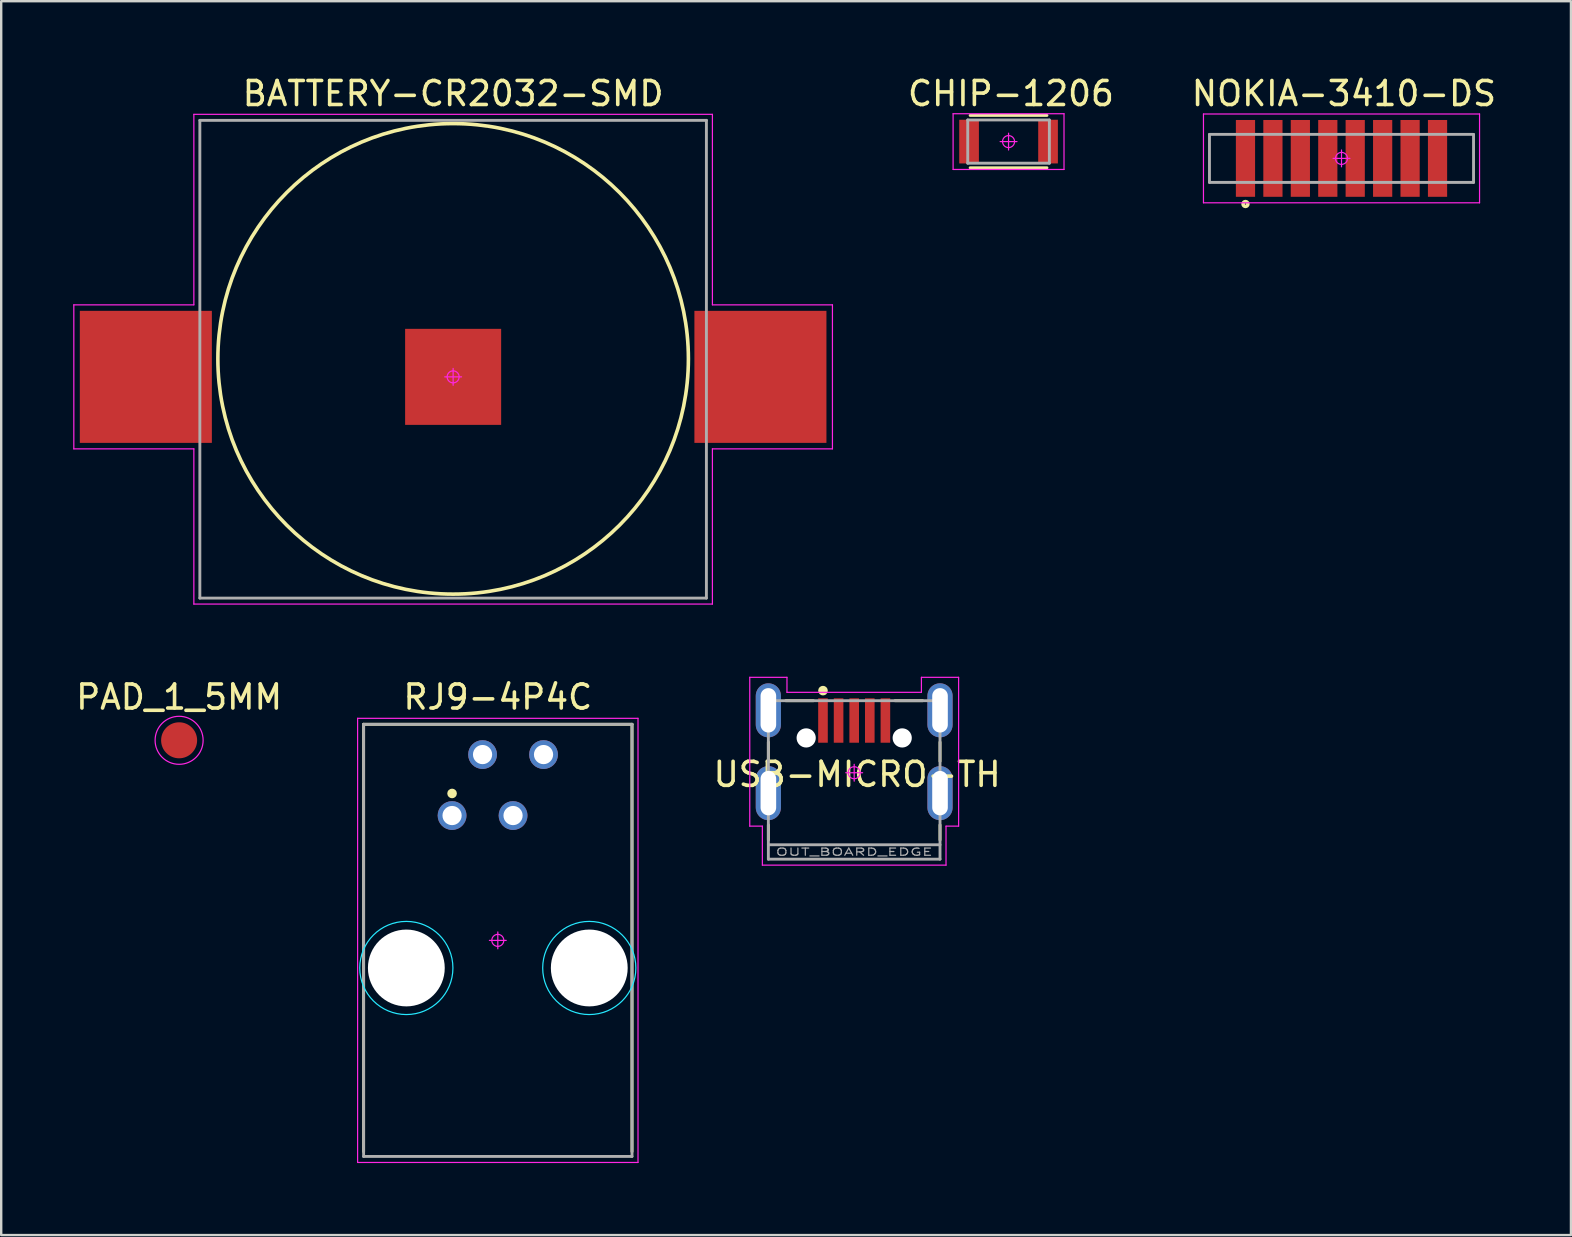
<source format=kicad_pcb>
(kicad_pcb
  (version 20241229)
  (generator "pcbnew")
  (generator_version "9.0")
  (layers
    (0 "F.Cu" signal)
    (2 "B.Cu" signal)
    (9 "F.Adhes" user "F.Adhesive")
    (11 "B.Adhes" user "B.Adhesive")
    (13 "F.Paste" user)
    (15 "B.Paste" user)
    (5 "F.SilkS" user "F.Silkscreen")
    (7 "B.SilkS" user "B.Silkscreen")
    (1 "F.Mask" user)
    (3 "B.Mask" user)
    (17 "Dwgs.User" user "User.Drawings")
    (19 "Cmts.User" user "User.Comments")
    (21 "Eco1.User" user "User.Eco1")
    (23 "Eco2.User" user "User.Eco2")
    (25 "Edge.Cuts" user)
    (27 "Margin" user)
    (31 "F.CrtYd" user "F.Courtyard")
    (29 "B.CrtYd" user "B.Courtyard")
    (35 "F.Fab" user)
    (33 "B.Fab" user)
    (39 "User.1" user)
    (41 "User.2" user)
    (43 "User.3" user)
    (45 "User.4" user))
  (footprint "RJ9-4P4C"
    (layer "F.Cu")
    (at 17.686 36.121)
    (property "Reference" "RJ9-4P4C" (at 0 -10.135 0) (layer "F.SilkS") (effects (font (size 1 1) (thickness 0.15))))
    (attr through_hole)
    (fp_line (start -5.59 -9) (end 5.59 -9) (stroke (width 0.12) (type solid)) (layer "F.SilkS"))
    (fp_line (start -5.59 8.8) (end -5.59 -9) (stroke (width 0.12) (type solid)) (layer "F.SilkS"))
    (fp_line (start 5.59 -9) (end 5.59 8.8) (stroke (width 0.12) (type solid)) (layer "F.SilkS"))
    (fp_circle (center -1.905 -6.12) (end -1.805 -6.12) (stroke (width 0.2) (type solid)) (fill no) (layer "F.SilkS"))
    (fp_circle (center -3.81 1.15) (end -5.75 1.15) (stroke (width 0.05) (type solid)) (fill no) (layer "B.CrtYd"))
    (fp_circle (center 3.81 1.15) (end 5.75 1.15) (stroke (width 0.05) (type solid)) (fill no) (layer "B.CrtYd"))
    (fp_line (start -5.84 -9.25) (end 5.84 -9.25) (stroke (width 0.05) (type solid)) (layer "F.CrtYd"))
    (fp_line (start -5.84 9.25) (end -5.84 -9.25) (stroke (width 0.05) (type solid)) (layer "F.CrtYd"))
    (fp_line (start -0.35 0) (end 0.35 0) (stroke (width 0.05) (type solid)) (layer "F.CrtYd"))
    (fp_line (start 0 -0.35) (end 0 0.35) (stroke (width 0.05) (type solid)) (layer "F.CrtYd"))
    (fp_line (start 5.84 -9.25) (end 5.84 9.25) (stroke (width 0.05) (type solid)) (layer "F.CrtYd"))
    (fp_line (start 5.84 9.25) (end -5.84 9.25) (stroke (width 0.05) (type solid)) (layer "F.CrtYd"))
    (fp_circle (center 0 0) (end -0.25 0) (stroke (width 0.05) (type solid)) (fill no) (layer "F.CrtYd"))
    (fp_line (start -5.59 -9) (end 5.59 -9) (stroke (width 0.12) (type solid)) (layer "F.Fab"))
    (fp_line (start -5.59 9) (end -5.59 -9) (stroke (width 0.12) (type solid)) (layer "F.Fab"))
    (fp_line (start 5.59 -9) (end 5.59 9) (stroke (width 0.12) (type solid)) (layer "F.Fab"))
    (fp_line (start 5.59 9) (end -5.59 9) (stroke (width 0.12) (type solid)) (layer "F.Fab"))
    (pad "" np_thru_hole circle (at -3.81 1.15) (size 3.2 3.2) (drill 3.2) (layers "*.Cu" "*.Mask"))
    (pad "" np_thru_hole circle (at 3.81 1.15) (size 3.2 3.2) (drill 3.2) (layers "*.Cu" "*.Mask"))
    (pad "1" thru_hole circle (at -1.905 -5.2) (size 1.2 1.2) (drill 0.8) (layers "*.Cu" "*.Mask"))
    (pad "2" thru_hole circle (at -0.635 -7.74) (size 1.2 1.2) (drill 0.8) (layers "*.Cu" "*.Mask"))
    (pad "3" thru_hole circle (at 0.635 -5.2) (size 1.2 1.2) (drill 0.8) (layers "*.Cu" "*.Mask"))
    (pad "4" thru_hole circle (at 1.905 -7.74) (size 1.2 1.2) (drill 0.8) (layers "*.Cu" "*.Mask")))
  (footprint "NOKIA-3410-DS"
    (layer "F.Cu")
    (at 52.83 3.548)
    (property "Reference" "NOKIA-3410-DS" (at 0.1 -2.7 0) (layer "F.SilkS") (effects (font (size 1 1) (thickness 0.15))))
    (attr through_hole)
    (fp_circle (center -4 1.9) (end -3.9 1.9) (stroke (width 0.15) (type solid)) (fill no) (layer "F.SilkS"))
    (fp_line (start -5.75 -1.85) (end -5.75 1.85) (stroke (width 0.05) (type solid)) (layer "F.CrtYd"))
    (fp_line (start -5.75 -1.85) (end 5.75 -1.85) (stroke (width 0.05) (type solid)) (layer "F.CrtYd"))
    (fp_line (start -5.75 1.85) (end 5.75 1.85) (stroke (width 0.05) (type solid)) (layer "F.CrtYd"))
    (fp_line (start 0 -0.35) (end 0 0.35) (stroke (width 0.05) (type solid)) (layer "F.CrtYd"))
    (fp_line (start 0.35 0) (end -0.35 0) (stroke (width 0.05) (type solid)) (layer "F.CrtYd"))
    (fp_line (start 5.75 -1.85) (end 5.75 1.85) (stroke (width 0.05) (type solid)) (layer "F.CrtYd"))
    (fp_circle (center 0 0) (end -0.25 0) (stroke (width 0.05) (type solid)) (fill no) (layer "F.CrtYd"))
    (fp_line (start -5.5 -1) (end -5.5 1) (stroke (width 0.12) (type solid)) (layer "F.Fab"))
    (fp_line (start -5.5 -1) (end 5.5 -1) (stroke (width 0.12) (type solid)) (layer "F.Fab"))
    (fp_line (start -5.5 1) (end 5.5 1) (stroke (width 0.12) (type solid)) (layer "F.Fab"))
    (fp_line (start 5.5 -1) (end 5.5 1) (stroke (width 0.12) (type solid)) (layer "F.Fab"))
    (pad "1" smd rect (at -4 0) (size 0.8 3.2) (layers "F.Cu" "F.Mask" "F.Paste"))
    (pad "2" smd rect (at -2.857 0) (size 0.8 3.2) (layers "F.Cu" "F.Mask" "F.Paste"))
    (pad "3" smd rect (at -1.714 0) (size 0.8 3.2) (layers "F.Cu" "F.Mask" "F.Paste"))
    (pad "4" smd rect (at -0.571 0) (size 0.8 3.2) (layers "F.Cu" "F.Mask" "F.Paste"))
    (pad "5" smd rect (at 0.571 0) (size 0.8 3.2) (layers "F.Cu" "F.Mask" "F.Paste"))
    (pad "6" smd rect (at 1.714 0) (size 0.8 3.2) (layers "F.Cu" "F.Mask" "F.Paste"))
    (pad "7" smd rect (at 2.857 0) (size 0.8 3.2) (layers "F.Cu" "F.Mask" "F.Paste"))
    (pad "8" smd rect (at 4 0) (size 0.8 3.2) (layers "F.Cu" "F.Mask" "F.Paste")))
  (footprint "USB-MICRO-TH"
    (layer "F.Cu")
    (at 32.531 29.138)
    (property "Reference" "USB-MICRO-TH" (at 0.122 0.069 0) (layer "F.SilkS") (effects (font (size 1 1) (thickness 0.15))))
    (attr through_hole)
    (fp_line (start -3.575 -1.275) (end -3.575 -0.475) (stroke (width 0.12) (type solid)) (layer "F.SilkS"))
    (fp_line (start -3.575 2.175) (end -3.575 2.8) (stroke (width 0.12) (type solid)) (layer "F.SilkS"))
    (fp_line (start -1.7 -3) (end -2.85 -3) (stroke (width 0.12) (type solid)) (layer "F.SilkS"))
    (fp_line (start 1.7 -3) (end 2.85 -3) (stroke (width 0.12) (type solid)) (layer "F.SilkS"))
    (fp_line (start 3.575 -1.275) (end 3.575 -0.475) (stroke (width 0.12) (type solid)) (layer "F.SilkS"))
    (fp_line (start 3.575 2.175) (end 3.575 2.8) (stroke (width 0.12) (type solid)) (layer "F.SilkS"))
    (fp_circle (center -1.3 -3.42) (end -1.2 -3.42) (stroke (width 0.2) (type solid)) (fill no) (layer "F.SilkS"))
    (fp_line (start -4.35 -3.975) (end -4.35 2.225) (stroke (width 0.05) (type solid)) (layer "F.CrtYd"))
    (fp_line (start -4.35 2.225) (end -3.825 2.225) (stroke (width 0.05) (type solid)) (layer "F.CrtYd"))
    (fp_line (start -3.825 2.225) (end -3.825 3.85) (stroke (width 0.05) (type solid)) (layer "F.CrtYd"))
    (fp_line (start -2.8 -3.975) (end -4.35 -3.975) (stroke (width 0.05) (type solid)) (layer "F.CrtYd"))
    (fp_line (start -2.8 -3.35) (end -2.8 -3.975) (stroke (width 0.05) (type solid)) (layer "F.CrtYd"))
    (fp_line (start -2.8 -3.35) (end 2.8 -3.35) (stroke (width 0.05) (type solid)) (layer "F.CrtYd"))
    (fp_line (start -0.35 0) (end 0.35 0) (stroke (width 0.05) (type solid)) (layer "F.CrtYd"))
    (fp_line (start 0 -0.35) (end 0 0.35) (stroke (width 0.05) (type solid)) (layer "F.CrtYd"))
    (fp_line (start 2.8 -3.975) (end 4.35 -3.975) (stroke (width 0.05) (type solid)) (layer "F.CrtYd"))
    (fp_line (start 2.8 -3.35) (end 2.8 -3.975) (stroke (width 0.05) (type solid)) (layer "F.CrtYd"))
    (fp_line (start 3.825 2.225) (end 3.825 3.85) (stroke (width 0.05) (type solid)) (layer "F.CrtYd"))
    (fp_line (start 3.825 3.85) (end -3.825 3.85) (stroke (width 0.05) (type solid)) (layer "F.CrtYd"))
    (fp_line (start 4.35 -3.975) (end 4.35 2.225) (stroke (width 0.05) (type solid)) (layer "F.CrtYd"))
    (fp_line (start 4.35 2.225) (end 3.825 2.225) (stroke (width 0.05) (type solid)) (layer "F.CrtYd"))
    (fp_circle (center 0 0) (end -0.25 0) (stroke (width 0.05) (type solid)) (fill no) (layer "F.CrtYd"))
    (fp_line (start -3.575 -3) (end 3.575 -3) (stroke (width 0.12) (type solid)) (layer "F.Fab"))
    (fp_line (start -3.575 3) (end 3.575 3) (stroke (width 0.12) (type solid)) (layer "F.Fab"))
    (fp_line (start -3.575 3.6) (end -3.575 -3) (stroke (width 0.12) (type solid)) (layer "F.Fab"))
    (fp_line (start -3.575 3.6) (end 3.575 3.6) (stroke (width 0.12) (type solid)) (layer "F.Fab"))
    (fp_line (start 3.575 3.6) (end 3.575 -3) (stroke (width 0.12) (type solid)) (layer "F.Fab"))
    (fp_text user "OUT_BOARD_EDGE" (at 0 3.302 0) (layer "F.Fab") (effects (font (size 0.3 0.5) (thickness 0.05))))
    (pad "" np_thru_hole circle (at -2 -1.45) (size 0.8 0.8) (drill 0.8) (layers "*.Cu" "*.Mask"))
    (pad "" np_thru_hole circle (at 2 -1.45) (size 0.8 0.8) (drill 0.8) (layers "*.Cu" "*.Mask"))
    (pad "1" smd rect (at -1.3 -2.175) (size 0.4 1.85) (layers "F.Cu" "F.Mask" "F.Paste"))
    (pad "2" smd rect (at -0.65 -2.175) (size 0.4 1.85) (layers "F.Cu" "F.Mask" "F.Paste"))
    (pad "3" smd rect (at 0 -2.175) (size 0.4 1.85) (layers "F.Cu" "F.Mask" "F.Paste"))
    (pad "4" smd rect (at 0.65 -2.175) (size 0.4 1.85) (layers "F.Cu" "F.Mask" "F.Paste"))
    (pad "5" smd rect (at 1.3 -2.175) (size 0.4 1.85) (layers "F.Cu" "F.Mask" "F.Paste"))
    (pad "6" thru_hole oval (at 3.575 -2.6) (size 1.05 2.25) (drill oval 0.65 1.85) (layers "*.Cu" "*.Mask" "F.Paste"))
    (pad "7" thru_hole oval (at 3.575 0.85) (size 1.05 2.25) (drill oval 0.65 1.85) (layers "*.Cu" "*.Mask" "F.Paste"))
    (pad "8" thru_hole oval (at -3.575 -2.6) (size 1.05 2.25) (drill oval 0.65 1.85) (layers "*.Cu" "*.Mask" "F.Paste"))
    (pad "9" thru_hole oval (at -3.575 0.85) (size 1.05 2.25) (drill oval 0.65 1.85) (layers "*.Cu" "*.Mask" "F.Paste")))
  (footprint "BATTERY-CR2032-SMD"
    (layer "F.Cu")
    (at 15.825 12.648)
    (property "Reference" "BATTERY-CR2032-SMD" (at 0 -11.8 0) (layer "F.SilkS") (effects (font (size 1 1) (thickness 0.15))))
    (attr through_hole)
    (fp_circle (center 0 -0.75) (end -9.8 -0.75) (stroke (width 0.15) (type solid)) (fill no) (layer "F.SilkS"))
    (fp_line (start -15.8 -3) (end -15.8 3) (stroke (width 0.05) (type solid)) (layer "F.CrtYd"))
    (fp_line (start -15.8 3) (end -10.8 3) (stroke (width 0.05) (type solid)) (layer "F.CrtYd"))
    (fp_line (start -10.8 -10.935) (end -10.8 -3) (stroke (width 0.05) (type solid)) (layer "F.CrtYd"))
    (fp_line (start -10.8 -10.935) (end 10.8 -10.935) (stroke (width 0.05) (type solid)) (layer "F.CrtYd"))
    (fp_line (start -10.8 -3) (end -15.8 -3) (stroke (width 0.05) (type solid)) (layer "F.CrtYd"))
    (fp_line (start -10.8 3) (end -10.8 9.465) (stroke (width 0.05) (type solid)) (layer "F.CrtYd"))
    (fp_line (start -10.8 9.465) (end 10.8 9.465) (stroke (width 0.05) (type solid)) (layer "F.CrtYd"))
    (fp_line (start 0 -0.35) (end 0 0.35) (stroke (width 0.05) (type solid)) (layer "F.CrtYd"))
    (fp_line (start 0.35 0) (end -0.35 0) (stroke (width 0.05) (type solid)) (layer "F.CrtYd"))
    (fp_line (start 10.8 -3) (end 10.8 -10.935) (stroke (width 0.05) (type solid)) (layer "F.CrtYd"))
    (fp_line (start 10.8 3) (end 15.8 3) (stroke (width 0.05) (type solid)) (layer "F.CrtYd"))
    (fp_line (start 10.8 9.465) (end 10.8 3) (stroke (width 0.05) (type solid)) (layer "F.CrtYd"))
    (fp_line (start 15.8 -3) (end 10.8 -3) (stroke (width 0.05) (type solid)) (layer "F.CrtYd"))
    (fp_line (start 15.8 3) (end 15.8 -3) (stroke (width 0.05) (type solid)) (layer "F.CrtYd"))
    (fp_circle (center 0 0) (end -0.25 0) (stroke (width 0.05) (type solid)) (fill no) (layer "F.CrtYd"))
    (fp_line (start -10.55 -10.685) (end -10.55 9.215) (stroke (width 0.12) (type solid)) (layer "F.Fab"))
    (fp_line (start -10.55 -10.685) (end 10.55 -10.685) (stroke (width 0.12) (type solid)) (layer "F.Fab"))
    (fp_line (start -10.55 9.215) (end 10.55 9.215) (stroke (width 0.12) (type solid)) (layer "F.Fab"))
    (fp_line (start 10.55 -10.685) (end 10.55 9.215) (stroke (width 0.12) (type solid)) (layer "F.Fab"))
    (pad "1" smd rect (at -12.8 0) (size 5.5 5.5) (layers "F.Cu" "F.Mask" "F.Paste"))
    (pad "1" smd rect (at 12.8 0) (size 5.5 5.5) (layers "F.Cu" "F.Mask" "F.Paste"))
    (pad "2" smd rect (at 0 0) (size 4 4) (layers "F.Cu" "F.Mask" "F.Paste")))
  (footprint "PAD_1_5MM"
    (layer "F.Cu")
    (at 4.411 27.787)
    (property "Reference" "PAD_1_5MM" (at 0 -1.8 0) (layer "F.SilkS") (effects (font (size 1 1) (thickness 0.15))))
    (attr through_hole)
    (fp_circle (center 0 0) (end 1 0) (stroke (width 0.05) (type solid)) (fill no) (layer "F.CrtYd"))
    (pad "1" smd circle (at 0 0) (size 1.5 1.5) (layers "F.Cu" "F.Mask" "F.Paste")))
  (footprint "CHIP-1206"
    (layer "F.Cu")
    (at 38.961 2.848)
    (property "Reference" "CHIP-1206" (at 0.1 -2 0) (layer "F.SilkS") (effects (font (size 1 1) (thickness 0.15))))
    (attr through_hole)
    (fp_line (start 1.6 -1.09) (end -1.6 -1.09) (stroke (width 0.12) (type solid)) (layer "F.SilkS"))
    (fp_line (start 1.6 1.09) (end -1.6 1.09) (stroke (width 0.12) (type solid)) (layer "F.SilkS"))
    (fp_line (start -2.31 -1.16) (end -2.31 1.16) (stroke (width 0.05) (type solid)) (layer "F.CrtYd"))
    (fp_line (start -2.31 1.16) (end 2.31 1.16) (stroke (width 0.05) (type solid)) (layer "F.CrtYd"))
    (fp_line (start 0 -0.35) (end 0 0.35) (stroke (width 0.05) (type solid)) (layer "F.CrtYd"))
    (fp_line (start 0.35 0) (end -0.35 0) (stroke (width 0.05) (type solid)) (layer "F.CrtYd"))
    (fp_line (start 2.31 -1.16) (end -2.31 -1.16) (stroke (width 0.05) (type solid)) (layer "F.CrtYd"))
    (fp_line (start 2.31 1.16) (end 2.31 -1.16) (stroke (width 0.05) (type solid)) (layer "F.CrtYd"))
    (fp_circle (center 0 0) (end -0.25 0) (stroke (width 0.05) (type solid)) (fill no) (layer "F.CrtYd"))
    (fp_line (start -1.7 -0.9) (end -1.7 0.9) (stroke (width 0.12) (type solid)) (layer "F.Fab"))
    (fp_line (start -1.7 0.9) (end 1.7 0.9) (stroke (width 0.12) (type solid)) (layer "F.Fab"))
    (fp_line (start 1.7 -0.9) (end -1.7 -0.9) (stroke (width 0.12) (type solid)) (layer "F.Fab"))
    (fp_line (start 1.7 0.9) (end 1.7 -0.9) (stroke (width 0.12) (type solid)) (layer "F.Fab"))
    (pad "1" smd rect (at -1.645 0) (size 0.82 1.82) (layers "F.Cu" "F.Mask" "F.Paste"))
    (pad "2" smd rect (at 1.645 0) (size 0.82 1.82) (layers "F.Cu" "F.Mask" "F.Paste")))
  (gr_rect
    (start -3 -3)
    (end 62.388 48.396)
    (stroke (width 0.1) (type default))
    (fill no)
    (layer "Edge.Cuts")))
</source>
